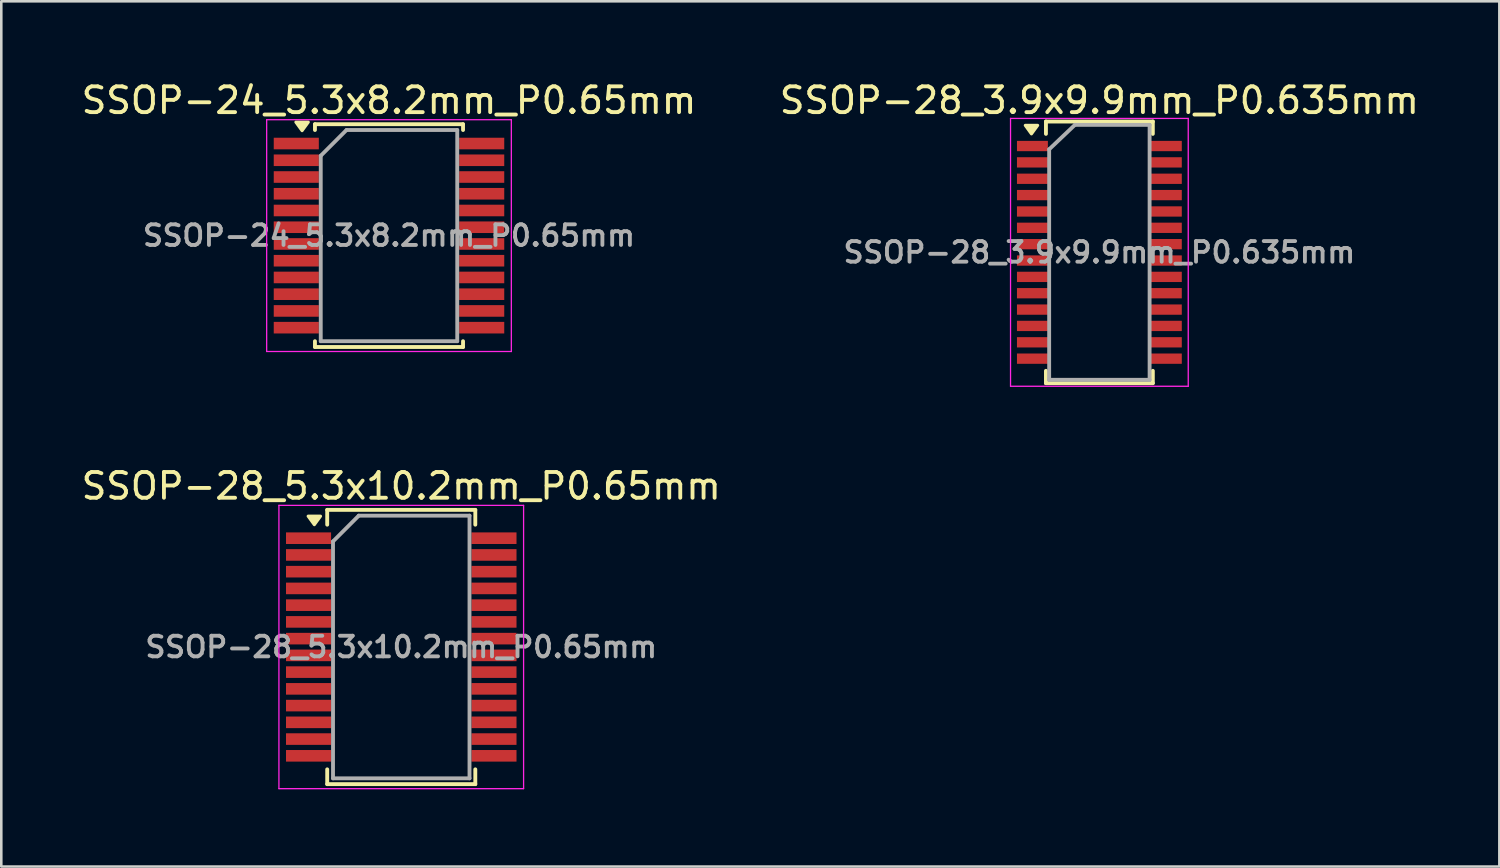
<source format=kicad_pcb>
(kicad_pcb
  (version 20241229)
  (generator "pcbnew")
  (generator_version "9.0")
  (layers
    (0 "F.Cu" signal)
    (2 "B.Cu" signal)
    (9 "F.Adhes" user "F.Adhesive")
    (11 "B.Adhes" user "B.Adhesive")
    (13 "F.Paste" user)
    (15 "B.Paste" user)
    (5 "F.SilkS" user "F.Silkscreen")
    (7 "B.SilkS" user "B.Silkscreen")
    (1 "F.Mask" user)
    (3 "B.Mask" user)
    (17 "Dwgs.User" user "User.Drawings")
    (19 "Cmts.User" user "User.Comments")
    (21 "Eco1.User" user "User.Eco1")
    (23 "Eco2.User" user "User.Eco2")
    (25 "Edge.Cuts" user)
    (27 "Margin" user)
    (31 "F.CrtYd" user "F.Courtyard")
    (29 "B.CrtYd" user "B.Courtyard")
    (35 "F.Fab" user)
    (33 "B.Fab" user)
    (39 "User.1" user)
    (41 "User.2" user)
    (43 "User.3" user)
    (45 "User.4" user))
  (footprint "SSOP-24_5.3x8.2mm_P0.65mm"
    (layer "F.Cu")
    (at 12.054 6.098)
    (property "Reference" "SSOP-24_5.3x8.2mm_P0.65mm" (at 0 -5.25 0) (layer "F.SilkS") (effects (font (size 1 1) (thickness 0.15))))
    (attr smd)
    (fp_line (start -2.875 -4.325) (end -2.875 -4.1) (stroke (width 0.15) (type solid)) (layer "F.SilkS"))
    (fp_line (start -2.875 -4.325) (end 2.875 -4.325) (stroke (width 0.15) (type solid)) (layer "F.SilkS"))
    (fp_line (start -2.875 4.325) (end -2.875 4.1) (stroke (width 0.15) (type solid)) (layer "F.SilkS"))
    (fp_line (start -2.875 4.325) (end 2.875 4.325) (stroke (width 0.15) (type solid)) (layer "F.SilkS"))
    (fp_line (start 2.875 -4.325) (end 2.875 -4.1) (stroke (width 0.15) (type solid)) (layer "F.SilkS"))
    (fp_line (start 2.875 4.325) (end 2.875 4.1) (stroke (width 0.15) (type solid)) (layer "F.SilkS"))
    (fp_poly (pts (xy -3.375 -4.075) (xy -3.615 -4.405) (xy -3.135 -4.405) (xy -3.375 -4.075)) (stroke (width 0.12) (type solid)) (fill yes) (layer "F.SilkS"))
    (fp_line (start -4.75 -4.5) (end -4.75 4.5) (stroke (width 0.05) (type solid)) (layer "F.CrtYd"))
    (fp_line (start -4.75 -4.5) (end 4.75 -4.5) (stroke (width 0.05) (type solid)) (layer "F.CrtYd"))
    (fp_line (start -4.75 4.5) (end 4.75 4.5) (stroke (width 0.05) (type solid)) (layer "F.CrtYd"))
    (fp_line (start 4.75 -4.5) (end 4.75 4.5) (stroke (width 0.05) (type solid)) (layer "F.CrtYd"))
    (fp_line (start -2.65 -3.1) (end -1.65 -4.1) (stroke (width 0.15) (type solid)) (layer "F.Fab"))
    (fp_line (start -2.65 4.1) (end -2.65 -3.1) (stroke (width 0.15) (type solid)) (layer "F.Fab"))
    (fp_line (start -1.65 -4.1) (end 2.65 -4.1) (stroke (width 0.15) (type solid)) (layer "F.Fab"))
    (fp_line (start 2.65 -4.1) (end 2.65 4.1) (stroke (width 0.15) (type solid)) (layer "F.Fab"))
    (fp_line (start 2.65 4.1) (end -2.65 4.1) (stroke (width 0.15) (type solid)) (layer "F.Fab"))
    (fp_text user "${REFERENCE}" (at 0 0 0) (layer "F.Fab") (effects (font (size 0.8 0.8) (thickness 0.15))))
    (pad "1" smd rect (at -3.6 -3.575) (size 1.75 0.45) (layers "F.Cu" "F.Mask" "F.Paste"))
    (pad "2" smd rect (at -3.6 -2.925) (size 1.75 0.45) (layers "F.Cu" "F.Mask" "F.Paste"))
    (pad "3" smd rect (at -3.6 -2.275) (size 1.75 0.45) (layers "F.Cu" "F.Mask" "F.Paste"))
    (pad "4" smd rect (at -3.6 -1.625) (size 1.75 0.45) (layers "F.Cu" "F.Mask" "F.Paste"))
    (pad "5" smd rect (at -3.6 -0.975) (size 1.75 0.45) (layers "F.Cu" "F.Mask" "F.Paste"))
    (pad "6" smd rect (at -3.6 -0.325) (size 1.75 0.45) (layers "F.Cu" "F.Mask" "F.Paste"))
    (pad "7" smd rect (at -3.6 0.325) (size 1.75 0.45) (layers "F.Cu" "F.Mask" "F.Paste"))
    (pad "8" smd rect (at -3.6 0.975) (size 1.75 0.45) (layers "F.Cu" "F.Mask" "F.Paste"))
    (pad "9" smd rect (at -3.6 1.625) (size 1.75 0.45) (layers "F.Cu" "F.Mask" "F.Paste"))
    (pad "10" smd rect (at -3.6 2.275) (size 1.75 0.45) (layers "F.Cu" "F.Mask" "F.Paste"))
    (pad "11" smd rect (at -3.6 2.925) (size 1.75 0.45) (layers "F.Cu" "F.Mask" "F.Paste"))
    (pad "12" smd rect (at -3.6 3.575) (size 1.75 0.45) (layers "F.Cu" "F.Mask" "F.Paste"))
    (pad "13" smd rect (at 3.6 3.575) (size 1.75 0.45) (layers "F.Cu" "F.Mask" "F.Paste"))
    (pad "14" smd rect (at 3.6 2.925) (size 1.75 0.45) (layers "F.Cu" "F.Mask" "F.Paste"))
    (pad "15" smd rect (at 3.6 2.275) (size 1.75 0.45) (layers "F.Cu" "F.Mask" "F.Paste"))
    (pad "16" smd rect (at 3.6 1.625) (size 1.75 0.45) (layers "F.Cu" "F.Mask" "F.Paste"))
    (pad "17" smd rect (at 3.6 0.975) (size 1.75 0.45) (layers "F.Cu" "F.Mask" "F.Paste"))
    (pad "18" smd rect (at 3.6 0.325) (size 1.75 0.45) (layers "F.Cu" "F.Mask" "F.Paste"))
    (pad "19" smd rect (at 3.6 -0.325) (size 1.75 0.45) (layers "F.Cu" "F.Mask" "F.Paste"))
    (pad "20" smd rect (at 3.6 -0.975) (size 1.75 0.45) (layers "F.Cu" "F.Mask" "F.Paste"))
    (pad "21" smd rect (at 3.6 -1.625) (size 1.75 0.45) (layers "F.Cu" "F.Mask" "F.Paste"))
    (pad "22" smd rect (at 3.6 -2.275) (size 1.75 0.45) (layers "F.Cu" "F.Mask" "F.Paste"))
    (pad "23" smd rect (at 3.6 -2.925) (size 1.75 0.45) (layers "F.Cu" "F.Mask" "F.Paste"))
    (pad "24" smd rect (at 3.6 -3.575) (size 1.75 0.45) (layers "F.Cu" "F.Mask" "F.Paste")))
  (footprint "SSOP-28_5.3x10.2mm_P0.65mm"
    (layer "F.Cu")
    (at 12.53 22.072)
    (property "Reference" "SSOP-28_5.3x10.2mm_P0.65mm" (at 0 -6.25 0) (layer "F.SilkS") (effects (font (size 1 1) (thickness 0.15))))
    (attr smd)
    (fp_line (start -2.875 -5.325) (end -2.875 -4.75) (stroke (width 0.15) (type solid)) (layer "F.SilkS"))
    (fp_line (start -2.875 -5.325) (end 2.875 -5.325) (stroke (width 0.15) (type solid)) (layer "F.SilkS"))
    (fp_line (start -2.875 4.75) (end -2.875 5.325) (stroke (width 0.15) (type solid)) (layer "F.SilkS"))
    (fp_line (start -2.875 5.325) (end 2.875 5.325) (stroke (width 0.15) (type solid)) (layer "F.SilkS"))
    (fp_line (start 2.875 -5.325) (end 2.875 -4.75) (stroke (width 0.15) (type solid)) (layer "F.SilkS"))
    (fp_line (start 2.875 4.75) (end 2.875 5.325) (stroke (width 0.15) (type solid)) (layer "F.SilkS"))
    (fp_poly (pts (xy -3.375 -4.75) (xy -3.615 -5.08) (xy -3.135 -5.08) (xy -3.375 -4.75)) (stroke (width 0.12) (type solid)) (fill yes) (layer "F.SilkS"))
    (fp_line (start -4.75 -5.5) (end -4.75 5.5) (stroke (width 0.05) (type solid)) (layer "F.CrtYd"))
    (fp_line (start -4.75 -5.5) (end 4.75 -5.5) (stroke (width 0.05) (type solid)) (layer "F.CrtYd"))
    (fp_line (start -4.75 5.5) (end 4.75 5.5) (stroke (width 0.05) (type solid)) (layer "F.CrtYd"))
    (fp_line (start 4.75 -5.5) (end 4.75 5.5) (stroke (width 0.05) (type solid)) (layer "F.CrtYd"))
    (fp_line (start -2.65 -4.1) (end -1.65 -5.1) (stroke (width 0.15) (type solid)) (layer "F.Fab"))
    (fp_line (start -2.65 5.1) (end -2.65 -4.1) (stroke (width 0.15) (type solid)) (layer "F.Fab"))
    (fp_line (start -1.65 -5.1) (end 2.65 -5.1) (stroke (width 0.15) (type solid)) (layer "F.Fab"))
    (fp_line (start 2.65 -5.1) (end 2.65 5.1) (stroke (width 0.15) (type solid)) (layer "F.Fab"))
    (fp_line (start 2.65 5.1) (end -2.65 5.1) (stroke (width 0.15) (type solid)) (layer "F.Fab"))
    (fp_text user "${REFERENCE}" (at 0 0 0) (layer "F.Fab") (effects (font (size 0.8 0.8) (thickness 0.15))))
    (pad "1" smd rect (at -3.6 -4.225) (size 1.75 0.45) (layers "F.Cu" "F.Mask" "F.Paste"))
    (pad "2" smd rect (at -3.6 -3.575) (size 1.75 0.45) (layers "F.Cu" "F.Mask" "F.Paste"))
    (pad "3" smd rect (at -3.6 -2.925) (size 1.75 0.45) (layers "F.Cu" "F.Mask" "F.Paste"))
    (pad "4" smd rect (at -3.6 -2.275) (size 1.75 0.45) (layers "F.Cu" "F.Mask" "F.Paste"))
    (pad "5" smd rect (at -3.6 -1.625) (size 1.75 0.45) (layers "F.Cu" "F.Mask" "F.Paste"))
    (pad "6" smd rect (at -3.6 -0.975) (size 1.75 0.45) (layers "F.Cu" "F.Mask" "F.Paste"))
    (pad "7" smd rect (at -3.6 -0.325) (size 1.75 0.45) (layers "F.Cu" "F.Mask" "F.Paste"))
    (pad "8" smd rect (at -3.6 0.325) (size 1.75 0.45) (layers "F.Cu" "F.Mask" "F.Paste"))
    (pad "9" smd rect (at -3.6 0.975) (size 1.75 0.45) (layers "F.Cu" "F.Mask" "F.Paste"))
    (pad "10" smd rect (at -3.6 1.625) (size 1.75 0.45) (layers "F.Cu" "F.Mask" "F.Paste"))
    (pad "11" smd rect (at -3.6 2.275) (size 1.75 0.45) (layers "F.Cu" "F.Mask" "F.Paste"))
    (pad "12" smd rect (at -3.6 2.925) (size 1.75 0.45) (layers "F.Cu" "F.Mask" "F.Paste"))
    (pad "13" smd rect (at -3.6 3.575) (size 1.75 0.45) (layers "F.Cu" "F.Mask" "F.Paste"))
    (pad "14" smd rect (at -3.6 4.225) (size 1.75 0.45) (layers "F.Cu" "F.Mask" "F.Paste"))
    (pad "15" smd rect (at 3.6 4.225) (size 1.75 0.45) (layers "F.Cu" "F.Mask" "F.Paste"))
    (pad "16" smd rect (at 3.6 3.575) (size 1.75 0.45) (layers "F.Cu" "F.Mask" "F.Paste"))
    (pad "17" smd rect (at 3.6 2.925) (size 1.75 0.45) (layers "F.Cu" "F.Mask" "F.Paste"))
    (pad "18" smd rect (at 3.6 2.275) (size 1.75 0.45) (layers "F.Cu" "F.Mask" "F.Paste"))
    (pad "19" smd rect (at 3.6 1.625) (size 1.75 0.45) (layers "F.Cu" "F.Mask" "F.Paste"))
    (pad "20" smd rect (at 3.6 0.975) (size 1.75 0.45) (layers "F.Cu" "F.Mask" "F.Paste"))
    (pad "21" smd rect (at 3.6 0.325) (size 1.75 0.45) (layers "F.Cu" "F.Mask" "F.Paste"))
    (pad "22" smd rect (at 3.6 -0.325) (size 1.75 0.45) (layers "F.Cu" "F.Mask" "F.Paste"))
    (pad "23" smd rect (at 3.6 -0.975) (size 1.75 0.45) (layers "F.Cu" "F.Mask" "F.Paste"))
    (pad "24" smd rect (at 3.6 -1.625) (size 1.75 0.45) (layers "F.Cu" "F.Mask" "F.Paste"))
    (pad "25" smd rect (at 3.6 -2.275) (size 1.75 0.45) (layers "F.Cu" "F.Mask" "F.Paste"))
    (pad "26" smd rect (at 3.6 -2.925) (size 1.75 0.45) (layers "F.Cu" "F.Mask" "F.Paste"))
    (pad "27" smd rect (at 3.6 -3.575) (size 1.75 0.45) (layers "F.Cu" "F.Mask" "F.Paste"))
    (pad "28" smd rect (at 3.6 -4.225) (size 1.75 0.45) (layers "F.Cu" "F.Mask" "F.Paste")))
  (footprint "SSOP-28_3.9x9.9mm_P0.635mm"
    (layer "F.Cu")
    (at 39.637 6.748)
    (property "Reference" "SSOP-28_3.9x9.9mm_P0.635mm" (at 0 -5.9 0) (layer "F.SilkS") (effects (font (size 1 1) (thickness 0.15))))
    (attr smd)
    (fp_line (start -2.075 -5.08) (end -2.075 -4.6) (stroke (width 0.15) (type solid)) (layer "F.SilkS"))
    (fp_line (start -2.075 -5.08) (end 2.075 -5.08) (stroke (width 0.15) (type solid)) (layer "F.SilkS"))
    (fp_line (start -2.075 5.08) (end -2.075 4.6) (stroke (width 0.15) (type solid)) (layer "F.SilkS"))
    (fp_line (start -2.075 5.08) (end 2.075 5.08) (stroke (width 0.15) (type solid)) (layer "F.SilkS"))
    (fp_line (start 2.075 -5.08) (end 2.075 -4.6) (stroke (width 0.15) (type solid)) (layer "F.SilkS"))
    (fp_line (start 2.075 5.08) (end 2.075 4.6) (stroke (width 0.15) (type solid)) (layer "F.SilkS"))
    (fp_poly (pts (xy -2.638 -4.6) (xy -2.877 -4.93) (xy -2.397 -4.93) (xy -2.638 -4.6)) (stroke (width 0.12) (type solid)) (fill yes) (layer "F.SilkS"))
    (fp_line (start -3.45 -5.2) (end -3.45 5.2) (stroke (width 0.05) (type solid)) (layer "F.CrtYd"))
    (fp_line (start -3.45 -5.2) (end 3.45 -5.2) (stroke (width 0.05) (type solid)) (layer "F.CrtYd"))
    (fp_line (start -3.45 5.2) (end 3.45 5.2) (stroke (width 0.05) (type solid)) (layer "F.CrtYd"))
    (fp_line (start 3.45 -5.2) (end 3.45 5.2) (stroke (width 0.05) (type solid)) (layer "F.CrtYd"))
    (fp_line (start -1.95 -4) (end -0.95 -4.95) (stroke (width 0.15) (type solid)) (layer "F.Fab"))
    (fp_line (start -1.95 4.95) (end -1.95 -4) (stroke (width 0.15) (type solid)) (layer "F.Fab"))
    (fp_line (start -0.95 -4.95) (end 1.95 -4.95) (stroke (width 0.15) (type solid)) (layer "F.Fab"))
    (fp_line (start 1.95 -4.95) (end 1.95 4.95) (stroke (width 0.15) (type solid)) (layer "F.Fab"))
    (fp_line (start 1.95 4.95) (end -1.95 4.95) (stroke (width 0.15) (type solid)) (layer "F.Fab"))
    (fp_text user "${REFERENCE}" (at 0 0 0) (layer "F.Fab") (effects (font (size 0.8 0.8) (thickness 0.15))))
    (pad "1" smd rect (at -2.6 -4.128) (size 1.2 0.4) (layers "F.Cu" "F.Mask" "F.Paste"))
    (pad "2" smd rect (at -2.6 -3.493) (size 1.2 0.4) (layers "F.Cu" "F.Mask" "F.Paste"))
    (pad "3" smd rect (at -2.6 -2.857) (size 1.2 0.4) (layers "F.Cu" "F.Mask" "F.Paste"))
    (pad "4" smd rect (at -2.6 -2.223) (size 1.2 0.4) (layers "F.Cu" "F.Mask" "F.Paste"))
    (pad "5" smd rect (at -2.6 -1.587) (size 1.2 0.4) (layers "F.Cu" "F.Mask" "F.Paste"))
    (pad "6" smd rect (at -2.6 -0.953) (size 1.2 0.4) (layers "F.Cu" "F.Mask" "F.Paste"))
    (pad "7" smd rect (at -2.6 -0.318) (size 1.2 0.4) (layers "F.Cu" "F.Mask" "F.Paste"))
    (pad "8" smd rect (at -2.6 0.318) (size 1.2 0.4) (layers "F.Cu" "F.Mask" "F.Paste"))
    (pad "9" smd rect (at -2.6 0.953) (size 1.2 0.4) (layers "F.Cu" "F.Mask" "F.Paste"))
    (pad "10" smd rect (at -2.6 1.587) (size 1.2 0.4) (layers "F.Cu" "F.Mask" "F.Paste"))
    (pad "11" smd rect (at -2.6 2.223) (size 1.2 0.4) (layers "F.Cu" "F.Mask" "F.Paste"))
    (pad "12" smd rect (at -2.6 2.857) (size 1.2 0.4) (layers "F.Cu" "F.Mask" "F.Paste"))
    (pad "13" smd rect (at -2.6 3.493) (size 1.2 0.4) (layers "F.Cu" "F.Mask" "F.Paste"))
    (pad "14" smd rect (at -2.6 4.128) (size 1.2 0.4) (layers "F.Cu" "F.Mask" "F.Paste"))
    (pad "15" smd rect (at 2.6 4.128) (size 1.2 0.4) (layers "F.Cu" "F.Mask" "F.Paste"))
    (pad "16" smd rect (at 2.6 3.493) (size 1.2 0.4) (layers "F.Cu" "F.Mask" "F.Paste"))
    (pad "17" smd rect (at 2.6 2.857) (size 1.2 0.4) (layers "F.Cu" "F.Mask" "F.Paste"))
    (pad "18" smd rect (at 2.6 2.223) (size 1.2 0.4) (layers "F.Cu" "F.Mask" "F.Paste"))
    (pad "19" smd rect (at 2.6 1.587) (size 1.2 0.4) (layers "F.Cu" "F.Mask" "F.Paste"))
    (pad "20" smd rect (at 2.6 0.953) (size 1.2 0.4) (layers "F.Cu" "F.Mask" "F.Paste"))
    (pad "21" smd rect (at 2.6 0.318) (size 1.2 0.4) (layers "F.Cu" "F.Mask" "F.Paste"))
    (pad "22" smd rect (at 2.6 -0.318) (size 1.2 0.4) (layers "F.Cu" "F.Mask" "F.Paste"))
    (pad "23" smd rect (at 2.6 -0.953) (size 1.2 0.4) (layers "F.Cu" "F.Mask" "F.Paste"))
    (pad "24" smd rect (at 2.6 -1.587) (size 1.2 0.4) (layers "F.Cu" "F.Mask" "F.Paste"))
    (pad "25" smd rect (at 2.6 -2.223) (size 1.2 0.4) (layers "F.Cu" "F.Mask" "F.Paste"))
    (pad "26" smd rect (at 2.6 -2.857) (size 1.2 0.4) (layers "F.Cu" "F.Mask" "F.Paste"))
    (pad "27" smd rect (at 2.6 -3.493) (size 1.2 0.4) (layers "F.Cu" "F.Mask" "F.Paste"))
    (pad "28" smd rect (at 2.6 -4.128) (size 1.2 0.4) (layers "F.Cu" "F.Mask" "F.Paste")))
  (gr_rect
    (start -3 -3)
    (end 55.167 30.596)
    (stroke (width 0.1) (type default))
    (fill no)
    (layer "Edge.Cuts")))
</source>
